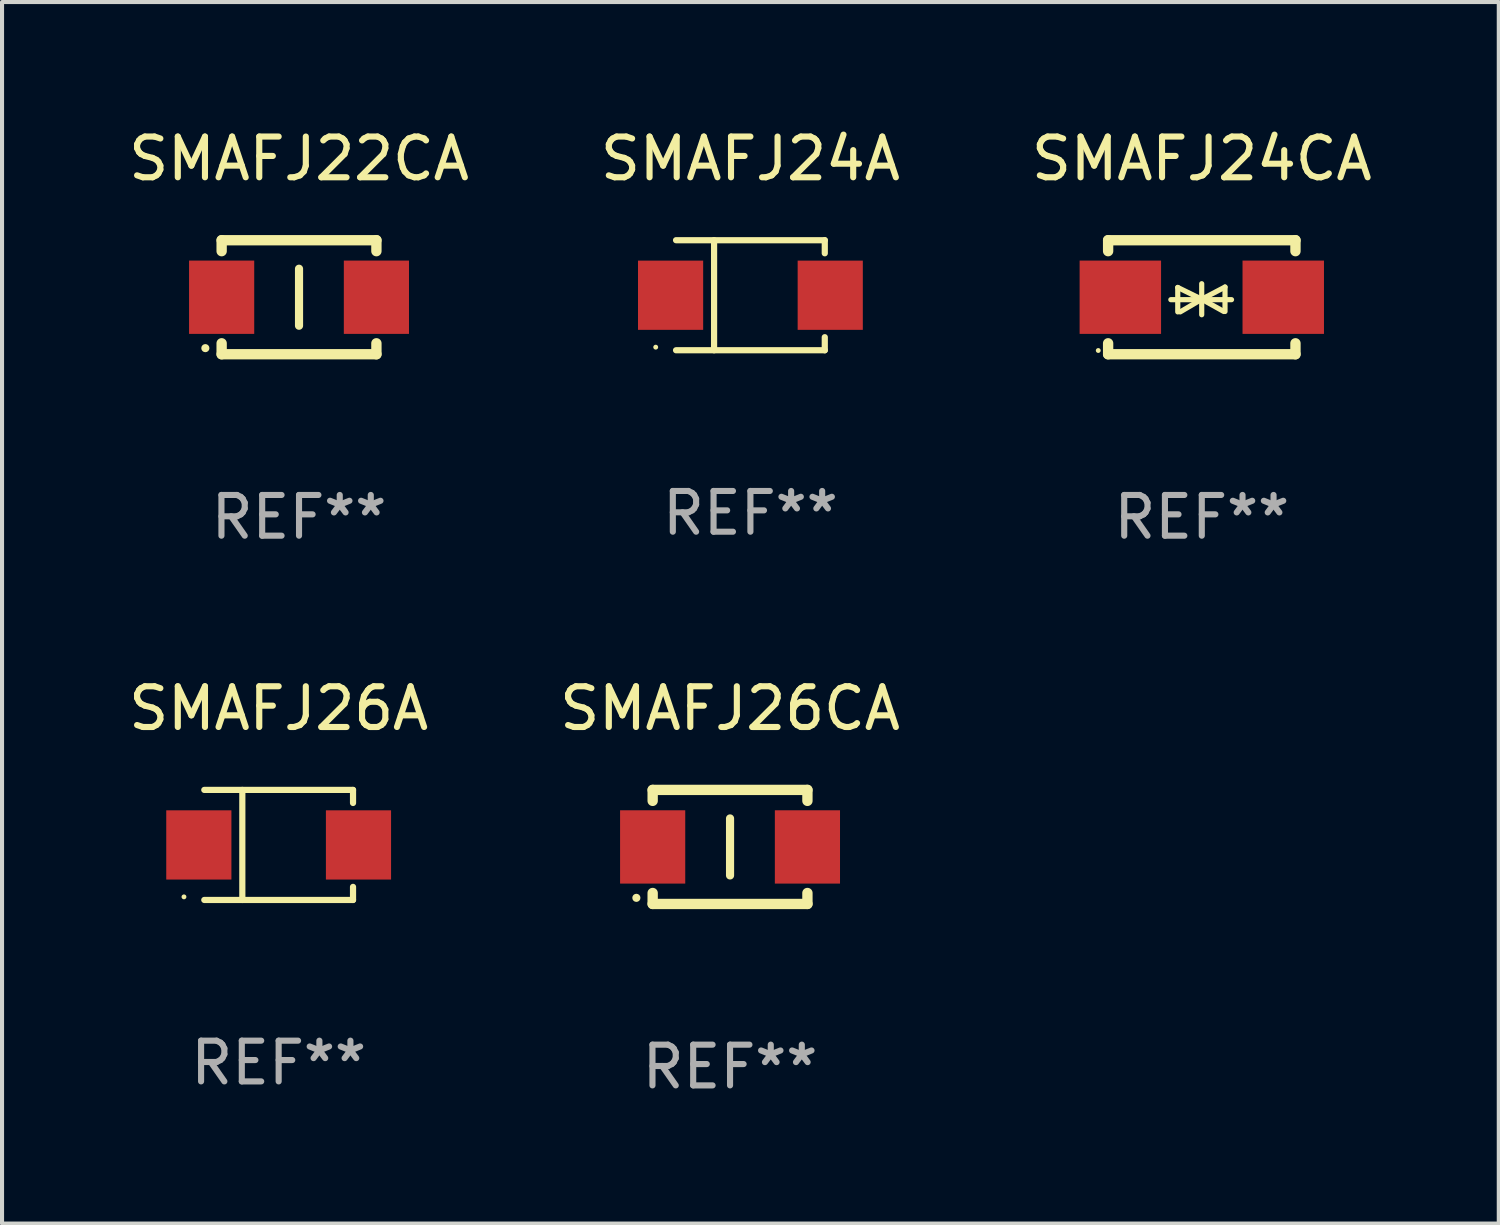
<source format=kicad_pcb>
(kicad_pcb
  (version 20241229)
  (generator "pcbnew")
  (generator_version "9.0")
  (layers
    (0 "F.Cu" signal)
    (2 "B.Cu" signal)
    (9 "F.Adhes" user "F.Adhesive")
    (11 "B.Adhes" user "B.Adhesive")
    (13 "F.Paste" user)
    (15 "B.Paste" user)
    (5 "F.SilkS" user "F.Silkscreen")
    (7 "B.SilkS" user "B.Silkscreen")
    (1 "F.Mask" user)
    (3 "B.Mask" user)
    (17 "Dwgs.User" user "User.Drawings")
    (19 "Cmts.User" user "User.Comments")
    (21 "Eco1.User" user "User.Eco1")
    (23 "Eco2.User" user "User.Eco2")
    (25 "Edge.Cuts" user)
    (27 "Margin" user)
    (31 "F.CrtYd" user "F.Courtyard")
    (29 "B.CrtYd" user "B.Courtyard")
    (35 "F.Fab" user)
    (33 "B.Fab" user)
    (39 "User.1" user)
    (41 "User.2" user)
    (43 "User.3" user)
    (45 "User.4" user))
  (footprint "SMAFJ24CA"
    (layer "F.Cu")
    (at 26.458 4.248)
    (property "Reference" "SMAFJ24CA" (at 0 -3.4 0) (layer "F.SilkS") (effects (font (size 1 1) (thickness 0.15))))
    (attr through_hole)
    (fp_line (start -2.3 -1.4) (end -2.3 -1.131) (stroke (width 0.254) (type solid)) (layer "F.SilkS"))
    (fp_line (start -2.3 -1.4) (end 2.3 -1.4) (stroke (width 0.254) (type solid)) (layer "F.SilkS"))
    (fp_line (start -2.3 1.131) (end -2.3 1.4) (stroke (width 0.254) (type solid)) (layer "F.SilkS"))
    (fp_line (start -2.3 1.4) (end 2.3 1.4) (stroke (width 0.254) (type solid)) (layer "F.SilkS"))
    (fp_line (start -0.76 0.06) (end 0.73 0.06) (stroke (width 0.127) (type solid)) (layer "F.SilkS"))
    (fp_line (start -0.59 -0.24) (end -0.59 0.36) (stroke (width 0.127) (type solid)) (layer "F.SilkS"))
    (fp_line (start -0.59 -0.24) (end -0.002 0.049) (stroke (width 0.127) (type solid)) (layer "F.SilkS"))
    (fp_line (start -0.53 0.36) (end -0.002 0.049) (stroke (width 0.127) (type solid)) (layer "F.SilkS"))
    (fp_line (start -0.002 0.049) (end -0.002 -0.332) (stroke (width 0.127) (type solid)) (layer "F.SilkS"))
    (fp_line (start -0.002 0.049) (end -0.002 0.43) (stroke (width 0.127) (type solid)) (layer "F.SilkS"))
    (fp_line (start 0.54 0.35) (end -0.002 0.049) (stroke (width 0.127) (type solid)) (layer "F.SilkS"))
    (fp_line (start 0.57 -0.25) (end -0.002 0.049) (stroke (width 0.127) (type solid)) (layer "F.SilkS"))
    (fp_line (start 0.57 -0.25) (end 0.57 0.35) (stroke (width 0.127) (type solid)) (layer "F.SilkS"))
    (fp_line (start 2.3 -1.4) (end 2.3 -1.131) (stroke (width 0.254) (type solid)) (layer "F.SilkS"))
    (fp_line (start 2.3 1.131) (end 2.3 1.4) (stroke (width 0.254) (type solid)) (layer "F.SilkS"))
    (fp_circle (center -2.542 1.308) (end -2.512 1.308) (stroke (width 0.06) (type solid)) (fill no) (layer "F.SilkS"))
    (fp_text user "REF**" (at 0 5.4 0) (layer "F.Fab") (effects (font (size 1 1) (thickness 0.15))))
    (pad "1" smd rect (at -2 0) (size 2 1.8) (layers "F.Cu" "F.Mask" "F.Paste"))
    (pad "2" smd rect (at 2 0) (size 2 1.8) (layers "F.Cu" "F.Mask" "F.Paste")))
  (footprint "SMAFJ26CA"
    (layer "F.Cu")
    (at 14.875 17.745)
    (property "Reference" "SMAFJ26CA" (at 0 -3.4 0) (layer "F.SilkS") (effects (font (size 1 1) (thickness 0.15))))
    (attr through_hole)
    (fp_line (start -1.9 -1.4) (end -1.9 -1.131) (stroke (width 0.254) (type solid)) (layer "F.SilkS"))
    (fp_line (start -1.9 -1.4) (end 1.9 -1.4) (stroke (width 0.254) (type solid)) (layer "F.SilkS"))
    (fp_line (start -1.9 1.131) (end -1.9 1.4) (stroke (width 0.254) (type solid)) (layer "F.SilkS"))
    (fp_line (start -1.9 1.4) (end 1.9 1.4) (stroke (width 0.254) (type solid)) (layer "F.SilkS"))
    (fp_line (start 0 -0.7) (end 0 0.7) (stroke (width 0.2) (type solid)) (layer "F.SilkS"))
    (fp_line (start 1.9 -1.4) (end 1.9 -1.131) (stroke (width 0.254) (type solid)) (layer "F.SilkS"))
    (fp_line (start 1.9 1.131) (end 1.9 1.4) (stroke (width 0.254) (type solid)) (layer "F.SilkS"))
    (fp_circle (center -2.3 1.25) (end -2.25 1.25) (stroke (width 0.1) (type solid)) (fill no) (layer "F.SilkS"))
    (fp_text user "REF**" (at 0 5.4 0) (layer "F.Fab") (effects (font (size 1 1) (thickness 0.15))))
    (pad "1" smd rect (at -1.9 0 180) (size 1.6 1.8) (layers "F.Cu" "F.Mask" "F.Paste"))
    (pad "2" smd rect (at 1.9 0 180) (size 1.6 1.8) (layers "F.Cu" "F.Mask" "F.Paste")))
  (footprint "SMAFJ22CA"
    (layer "F.Cu")
    (at 4.292 4.248)
    (property "Reference" "SMAFJ22CA" (at 0 -3.4 0) (layer "F.SilkS") (effects (font (size 1 1) (thickness 0.15))))
    (attr through_hole)
    (fp_line (start -1.9 -1.4) (end -1.9 -1.131) (stroke (width 0.254) (type solid)) (layer "F.SilkS"))
    (fp_line (start -1.9 -1.4) (end 1.9 -1.4) (stroke (width 0.254) (type solid)) (layer "F.SilkS"))
    (fp_line (start -1.9 1.131) (end -1.9 1.4) (stroke (width 0.254) (type solid)) (layer "F.SilkS"))
    (fp_line (start -1.9 1.4) (end 1.9 1.4) (stroke (width 0.254) (type solid)) (layer "F.SilkS"))
    (fp_line (start 0 -0.7) (end 0 0.7) (stroke (width 0.2) (type solid)) (layer "F.SilkS"))
    (fp_line (start 1.9 -1.4) (end 1.9 -1.131) (stroke (width 0.254) (type solid)) (layer "F.SilkS"))
    (fp_line (start 1.9 1.131) (end 1.9 1.4) (stroke (width 0.254) (type solid)) (layer "F.SilkS"))
    (fp_circle (center -2.3 1.25) (end -2.25 1.25) (stroke (width 0.1) (type solid)) (fill no) (layer "F.SilkS"))
    (fp_text user "REF**" (at 0 5.4 0) (layer "F.Fab") (effects (font (size 1 1) (thickness 0.15))))
    (pad "1" smd rect (at -1.9 0 180) (size 1.6 1.8) (layers "F.Cu" "F.Mask" "F.Paste"))
    (pad "2" smd rect (at 1.9 0 180) (size 1.6 1.8) (layers "F.Cu" "F.Mask" "F.Paste")))
  (footprint "SMAFJ26A"
    (layer "F.Cu")
    (at 3.792 17.696)
    (property "Reference" "SMAFJ26A" (at 0 -3.351 0) (layer "F.SilkS") (effects (font (size 1 1) (thickness 0.15))))
    (attr through_hole)
    (fp_line (start -1.826 -1.351) (end 1.826 -1.351) (stroke (width 0.152) (type solid)) (layer "F.SilkS"))
    (fp_line (start -1.826 1.351) (end 1.826 1.351) (stroke (width 0.152) (type solid)) (layer "F.SilkS"))
    (fp_line (start -0.892 -1.351) (end -0.892 1.351) (stroke (width 0.152) (type solid)) (layer "F.SilkS"))
    (fp_line (start 1.826 -1.351) (end 1.826 -1.03) (stroke (width 0.152) (type solid)) (layer "F.SilkS"))
    (fp_line (start 1.826 1.03) (end 1.826 1.351) (stroke (width 0.152) (type solid)) (layer "F.SilkS"))
    (fp_circle (center -2.325 1.275) (end -2.295 1.275) (stroke (width 0.06) (type solid)) (fill no) (layer "F.SilkS"))
    (fp_text user "REF**" (at 0 5.351 0) (layer "F.Fab") (effects (font (size 1 1) (thickness 0.15))))
    (pad "1" smd rect (at -1.96 0 180) (size 1.6 1.7) (layers "F.Cu" "F.Mask" "F.Paste"))
    (pad "2" smd rect (at 1.96 0 180) (size 1.6 1.7) (layers "F.Cu" "F.Mask" "F.Paste")))
  (footprint "SMAFJ24A"
    (layer "F.Cu")
    (at 15.375 4.199)
    (property "Reference" "SMAFJ24A" (at 0 -3.351 0) (layer "F.SilkS") (effects (font (size 1 1) (thickness 0.15))))
    (attr through_hole)
    (fp_line (start -1.826 -1.351) (end 1.826 -1.351) (stroke (width 0.152) (type solid)) (layer "F.SilkS"))
    (fp_line (start -1.826 1.351) (end 1.826 1.351) (stroke (width 0.152) (type solid)) (layer "F.SilkS"))
    (fp_line (start -0.892 -1.351) (end -0.892 1.351) (stroke (width 0.152) (type solid)) (layer "F.SilkS"))
    (fp_line (start 1.826 -1.351) (end 1.826 -1.03) (stroke (width 0.152) (type solid)) (layer "F.SilkS"))
    (fp_line (start 1.826 1.03) (end 1.826 1.351) (stroke (width 0.152) (type solid)) (layer "F.SilkS"))
    (fp_circle (center -2.325 1.275) (end -2.295 1.275) (stroke (width 0.06) (type solid)) (fill no) (layer "F.SilkS"))
    (fp_text user "REF**" (at 0 5.351 0) (layer "F.Fab") (effects (font (size 1 1) (thickness 0.15))))
    (pad "1" smd rect (at -1.96 0 180) (size 1.6 1.7) (layers "F.Cu" "F.Mask" "F.Paste"))
    (pad "2" smd rect (at 1.96 0 180) (size 1.6 1.7) (layers "F.Cu" "F.Mask" "F.Paste")))
  (gr_rect
    (start -3 -3)
    (end 33.75 26.993)
    (stroke (width 0.1) (type default))
    (fill no)
    (layer "Edge.Cuts")))
</source>
